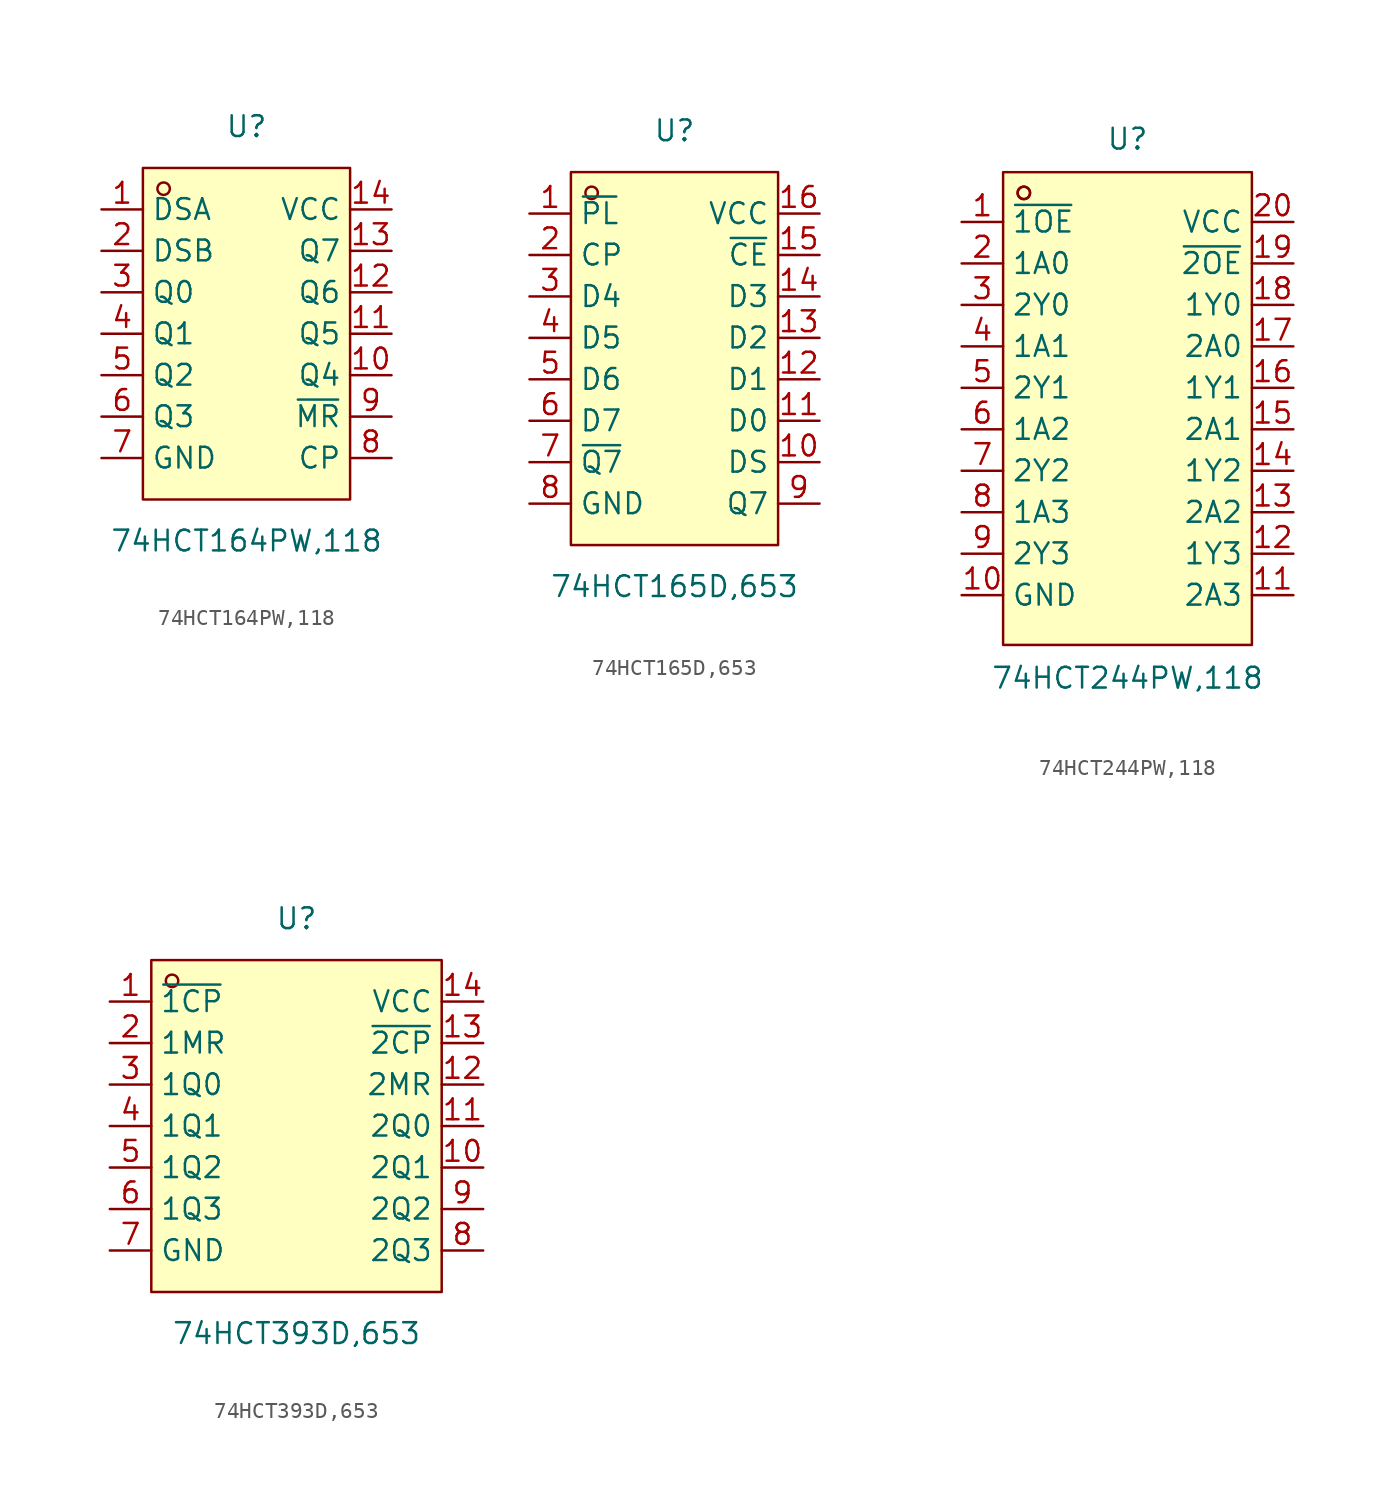
<source format=kicad_sym>
(kicad_symbol_lib
  (version 20211014)
  (generator https://github.com/uPesy/easyeda2kicad.py)
  (symbol "74HCT164PW,118"
    (property "Reference" "U"
      (at 0 12.70 0)
      (effects (font (size 1.27 1.27))))
    (property "Value" "74HCT164PW,118"
      (at 0 -12.70 0)
      (effects (font (size 1.27 1.27))))
    (symbol "74HCT164PW,118_0_1"
      (rectangle (start -6.35 10.16) (end 6.35 -10.16) (stroke (width 0) (type default) (color 0 0 0 0)) (fill (type background)))
      (circle (center -5.08 8.89) (radius 0.38) (stroke (width 0) (type default) (color 0 0 0 0)) (fill (type none)))
      (pin unspecified line (at -8.89 7.62 0) (length 2.54) (name "DSA" (effects (font (size 1.27 1.27)))) (number "1" (effects (font (size 1.27 1.27)))))
      (pin unspecified line (at -8.89 5.08 0) (length 2.54) (name "DSB" (effects (font (size 1.27 1.27)))) (number "2" (effects (font (size 1.27 1.27)))))
      (pin unspecified line (at -8.89 2.54 0) (length 2.54) (name "Q0" (effects (font (size 1.27 1.27)))) (number "3" (effects (font (size 1.27 1.27)))))
      (pin unspecified line (at -8.89 -0.00 0) (length 2.54) (name "Q1" (effects (font (size 1.27 1.27)))) (number "4" (effects (font (size 1.27 1.27)))))
      (pin unspecified line (at -8.89 -2.54 0) (length 2.54) (name "Q2" (effects (font (size 1.27 1.27)))) (number "5" (effects (font (size 1.27 1.27)))))
      (pin unspecified line (at -8.89 -5.08 0) (length 2.54) (name "Q3" (effects (font (size 1.27 1.27)))) (number "6" (effects (font (size 1.27 1.27)))))
      (pin unspecified line (at -8.89 -7.62 0) (length 2.54) (name "GND" (effects (font (size 1.27 1.27)))) (number "7" (effects (font (size 1.27 1.27)))))
      (pin unspecified line (at 8.89 -7.62 180) (length 2.54) (name "CP" (effects (font (size 1.27 1.27)))) (number "8" (effects (font (size 1.27 1.27)))))
      (pin unspecified line (at 8.89 -5.08 180) (length 2.54) (name "~{MR}" (effects (font (size 1.27 1.27)))) (number "9" (effects (font (size 1.27 1.27)))))
      (pin unspecified line (at 8.89 -2.54 180) (length 2.54) (name "Q4" (effects (font (size 1.27 1.27)))) (number "10" (effects (font (size 1.27 1.27)))))
      (pin unspecified line (at 8.89 -0.00 180) (length 2.54) (name "Q5" (effects (font (size 1.27 1.27)))) (number "11" (effects (font (size 1.27 1.27)))))
      (pin unspecified line (at 8.89 2.54 180) (length 2.54) (name "Q6" (effects (font (size 1.27 1.27)))) (number "12" (effects (font (size 1.27 1.27)))))
      (pin unspecified line (at 8.89 5.08 180) (length 2.54) (name "Q7" (effects (font (size 1.27 1.27)))) (number "13" (effects (font (size 1.27 1.27)))))
      (pin unspecified line (at 8.89 7.62 180) (length 2.54) (name "VCC" (effects (font (size 1.27 1.27)))) (number "14" (effects (font (size 1.27 1.27)))))))
  (symbol "74HCT165D,653"
    (property "Reference" "U"
      (at 0 13.97 0)
      (effects (font (size 1.27 1.27))))
    (property "Value" "74HCT165D,653"
      (at 0 -13.97 0)
      (effects (font (size 1.27 1.27))))
    (symbol "74HCT165D,653_0_1"
      (rectangle (start -6.35 11.43) (end 6.35 -11.43) (stroke (width 0) (type default) (color 0 0 0 0)) (fill (type background)))
      (circle (center -5.08 10.16) (radius 0.38) (stroke (width 0) (type default) (color 0 0 0 0)) (fill (type none)))
      (pin unspecified line (at -8.89 8.89 0) (length 2.54) (name "~{PL}" (effects (font (size 1.27 1.27)))) (number "1" (effects (font (size 1.27 1.27)))))
      (pin unspecified line (at -8.89 6.35 0) (length 2.54) (name "CP" (effects (font (size 1.27 1.27)))) (number "2" (effects (font (size 1.27 1.27)))))
      (pin unspecified line (at -8.89 3.81 0) (length 2.54) (name "D4" (effects (font (size 1.27 1.27)))) (number "3" (effects (font (size 1.27 1.27)))))
      (pin unspecified line (at -8.89 1.27 0) (length 2.54) (name "D5" (effects (font (size 1.27 1.27)))) (number "4" (effects (font (size 1.27 1.27)))))
      (pin unspecified line (at -8.89 -1.27 0) (length 2.54) (name "D6" (effects (font (size 1.27 1.27)))) (number "5" (effects (font (size 1.27 1.27)))))
      (pin unspecified line (at -8.89 -3.81 0) (length 2.54) (name "D7" (effects (font (size 1.27 1.27)))) (number "6" (effects (font (size 1.27 1.27)))))
      (pin unspecified line (at -8.89 -6.35 0) (length 2.54) (name "~{Q7}" (effects (font (size 1.27 1.27)))) (number "7" (effects (font (size 1.27 1.27)))))
      (pin unspecified line (at -8.89 -8.89 0) (length 2.54) (name "GND" (effects (font (size 1.27 1.27)))) (number "8" (effects (font (size 1.27 1.27)))))
      (pin unspecified line (at 8.89 -8.89 180) (length 2.54) (name "Q7" (effects (font (size 1.27 1.27)))) (number "9" (effects (font (size 1.27 1.27)))))
      (pin unspecified line (at 8.89 -6.35 180) (length 2.54) (name "DS" (effects (font (size 1.27 1.27)))) (number "10" (effects (font (size 1.27 1.27)))))
      (pin unspecified line (at 8.89 -3.81 180) (length 2.54) (name "D0" (effects (font (size 1.27 1.27)))) (number "11" (effects (font (size 1.27 1.27)))))
      (pin unspecified line (at 8.89 -1.27 180) (length 2.54) (name "D1" (effects (font (size 1.27 1.27)))) (number "12" (effects (font (size 1.27 1.27)))))
      (pin unspecified line (at 8.89 1.27 180) (length 2.54) (name "D2" (effects (font (size 1.27 1.27)))) (number "13" (effects (font (size 1.27 1.27)))))
      (pin unspecified line (at 8.89 3.81 180) (length 2.54) (name "D3" (effects (font (size 1.27 1.27)))) (number "14" (effects (font (size 1.27 1.27)))))
      (pin unspecified line (at 8.89 6.35 180) (length 2.54) (name "~{CE}" (effects (font (size 1.27 1.27)))) (number "15" (effects (font (size 1.27 1.27)))))
      (pin unspecified line (at 8.89 8.89 180) (length 2.54) (name "VCC" (effects (font (size 1.27 1.27)))) (number "16" (effects (font (size 1.27 1.27)))))))
  (symbol "74HCT244PW,118"
    (property "Reference" "U"
      (at 0 16.51 0)
      (effects (font (size 1.27 1.27))))
    (property "Value" "74HCT244PW,118"
      (at 0 -16.51 0)
      (effects (font (size 1.27 1.27))))
    (symbol "74HCT244PW,118_0_1"
      (rectangle (start -7.62 14.48) (end 7.62 -14.48) (stroke (width 0) (type default) (color 0 0 0 0)) (fill (type background)))
      (circle (center -6.35 13.21) (radius 0.38) (stroke (width 0) (type default) (color 0 0 0 0)) (fill (type none)))
      (circle (center -6.35 13.21) (radius 0.38) (stroke (width 0) (type default) (color 0 0 0 0)) (fill (type none)))
      (pin unspecified line (at -10.16 11.43 0) (length 2.54) (name "~{1OE}" (effects (font (size 1.27 1.27)))) (number "1" (effects (font (size 1.27 1.27)))))
      (pin unspecified line (at -10.16 8.89 0) (length 2.54) (name "1A0" (effects (font (size 1.27 1.27)))) (number "2" (effects (font (size 1.27 1.27)))))
      (pin unspecified line (at -10.16 6.35 0) (length 2.54) (name "2Y0" (effects (font (size 1.27 1.27)))) (number "3" (effects (font (size 1.27 1.27)))))
      (pin unspecified line (at -10.16 3.81 0) (length 2.54) (name "1A1" (effects (font (size 1.27 1.27)))) (number "4" (effects (font (size 1.27 1.27)))))
      (pin unspecified line (at -10.16 1.27 0) (length 2.54) (name "2Y1" (effects (font (size 1.27 1.27)))) (number "5" (effects (font (size 1.27 1.27)))))
      (pin unspecified line (at -10.16 -1.27 0) (length 2.54) (name "1A2" (effects (font (size 1.27 1.27)))) (number "6" (effects (font (size 1.27 1.27)))))
      (pin unspecified line (at -10.16 -3.81 0) (length 2.54) (name "2Y2" (effects (font (size 1.27 1.27)))) (number "7" (effects (font (size 1.27 1.27)))))
      (pin unspecified line (at -10.16 -6.35 0) (length 2.54) (name "1A3" (effects (font (size 1.27 1.27)))) (number "8" (effects (font (size 1.27 1.27)))))
      (pin unspecified line (at -10.16 -8.89 0) (length 2.54) (name "2Y3" (effects (font (size 1.27 1.27)))) (number "9" (effects (font (size 1.27 1.27)))))
      (pin unspecified line (at -10.16 -11.43 0) (length 2.54) (name "GND" (effects (font (size 1.27 1.27)))) (number "10" (effects (font (size 1.27 1.27)))))
      (pin unspecified line (at 10.16 -11.43 180) (length 2.54) (name "2A3" (effects (font (size 1.27 1.27)))) (number "11" (effects (font (size 1.27 1.27)))))
      (pin unspecified line (at 10.16 -8.89 180) (length 2.54) (name "1Y3" (effects (font (size 1.27 1.27)))) (number "12" (effects (font (size 1.27 1.27)))))
      (pin unspecified line (at 10.16 -6.35 180) (length 2.54) (name "2A2" (effects (font (size 1.27 1.27)))) (number "13" (effects (font (size 1.27 1.27)))))
      (pin unspecified line (at 10.16 -3.81 180) (length 2.54) (name "1Y2" (effects (font (size 1.27 1.27)))) (number "14" (effects (font (size 1.27 1.27)))))
      (pin unspecified line (at 10.16 -1.27 180) (length 2.54) (name "2A1" (effects (font (size 1.27 1.27)))) (number "15" (effects (font (size 1.27 1.27)))))
      (pin unspecified line (at 10.16 1.27 180) (length 2.54) (name "1Y1" (effects (font (size 1.27 1.27)))) (number "16" (effects (font (size 1.27 1.27)))))
      (pin unspecified line (at 10.16 3.81 180) (length 2.54) (name "2A0" (effects (font (size 1.27 1.27)))) (number "17" (effects (font (size 1.27 1.27)))))
      (pin unspecified line (at 10.16 6.35 180) (length 2.54) (name "1Y0" (effects (font (size 1.27 1.27)))) (number "18" (effects (font (size 1.27 1.27)))))
      (pin unspecified line (at 10.16 8.89 180) (length 2.54) (name "~{2OE}" (effects (font (size 1.27 1.27)))) (number "19" (effects (font (size 1.27 1.27)))))
      (pin unspecified line (at 10.16 11.43 180) (length 2.54) (name "VCC" (effects (font (size 1.27 1.27)))) (number "20" (effects (font (size 1.27 1.27)))))))
  (symbol "74HCT393D,653"
    (property "Reference" "U"
      (at 0 12.70 0)
      (effects (font (size 1.27 1.27))))
    (property "Value" "74HCT393D,653"
      (at 0 -12.70 0)
      (effects (font (size 1.27 1.27))))
    (symbol "74HCT393D,653_0_1"
      (rectangle (start -8.89 10.16) (end 8.89 -10.16) (stroke (width 0) (type default) (color 0 0 0 0)) (fill (type background)))
      (circle (center -7.62 8.89) (radius 0.38) (stroke (width 0) (type default) (color 0 0 0 0)) (fill (type none)))
      (pin unspecified line (at -11.43 7.62 0) (length 2.54) (name "~{1CP}" (effects (font (size 1.27 1.27)))) (number "1" (effects (font (size 1.27 1.27)))))
      (pin unspecified line (at -11.43 5.08 0) (length 2.54) (name "1MR" (effects (font (size 1.27 1.27)))) (number "2" (effects (font (size 1.27 1.27)))))
      (pin unspecified line (at -11.43 2.54 0) (length 2.54) (name "1Q0" (effects (font (size 1.27 1.27)))) (number "3" (effects (font (size 1.27 1.27)))))
      (pin unspecified line (at -11.43 -0.00 0) (length 2.54) (name "1Q1" (effects (font (size 1.27 1.27)))) (number "4" (effects (font (size 1.27 1.27)))))
      (pin unspecified line (at -11.43 -2.54 0) (length 2.54) (name "1Q2" (effects (font (size 1.27 1.27)))) (number "5" (effects (font (size 1.27 1.27)))))
      (pin unspecified line (at -11.43 -5.08 0) (length 2.54) (name "1Q3" (effects (font (size 1.27 1.27)))) (number "6" (effects (font (size 1.27 1.27)))))
      (pin unspecified line (at -11.43 -7.62 0) (length 2.54) (name "GND" (effects (font (size 1.27 1.27)))) (number "7" (effects (font (size 1.27 1.27)))))
      (pin unspecified line (at 11.43 -7.62 180) (length 2.54) (name "2Q3" (effects (font (size 1.27 1.27)))) (number "8" (effects (font (size 1.27 1.27)))))
      (pin unspecified line (at 11.43 -5.08 180) (length 2.54) (name "2Q2" (effects (font (size 1.27 1.27)))) (number "9" (effects (font (size 1.27 1.27)))))
      (pin unspecified line (at 11.43 -2.54 180) (length 2.54) (name "2Q1" (effects (font (size 1.27 1.27)))) (number "10" (effects (font (size 1.27 1.27)))))
      (pin unspecified line (at 11.43 -0.00 180) (length 2.54) (name "2Q0" (effects (font (size 1.27 1.27)))) (number "11" (effects (font (size 1.27 1.27)))))
      (pin unspecified line (at 11.43 2.54 180) (length 2.54) (name "2MR" (effects (font (size 1.27 1.27)))) (number "12" (effects (font (size 1.27 1.27)))))
      (pin unspecified line (at 11.43 5.08 180) (length 2.54) (name "~{2CP}" (effects (font (size 1.27 1.27)))) (number "13" (effects (font (size 1.27 1.27)))))
      (pin unspecified line (at 11.43 7.62 180) (length 2.54) (name "VCC" (effects (font (size 1.27 1.27)))) (number "14" (effects (font (size 1.27 1.27))))))))
</source>
